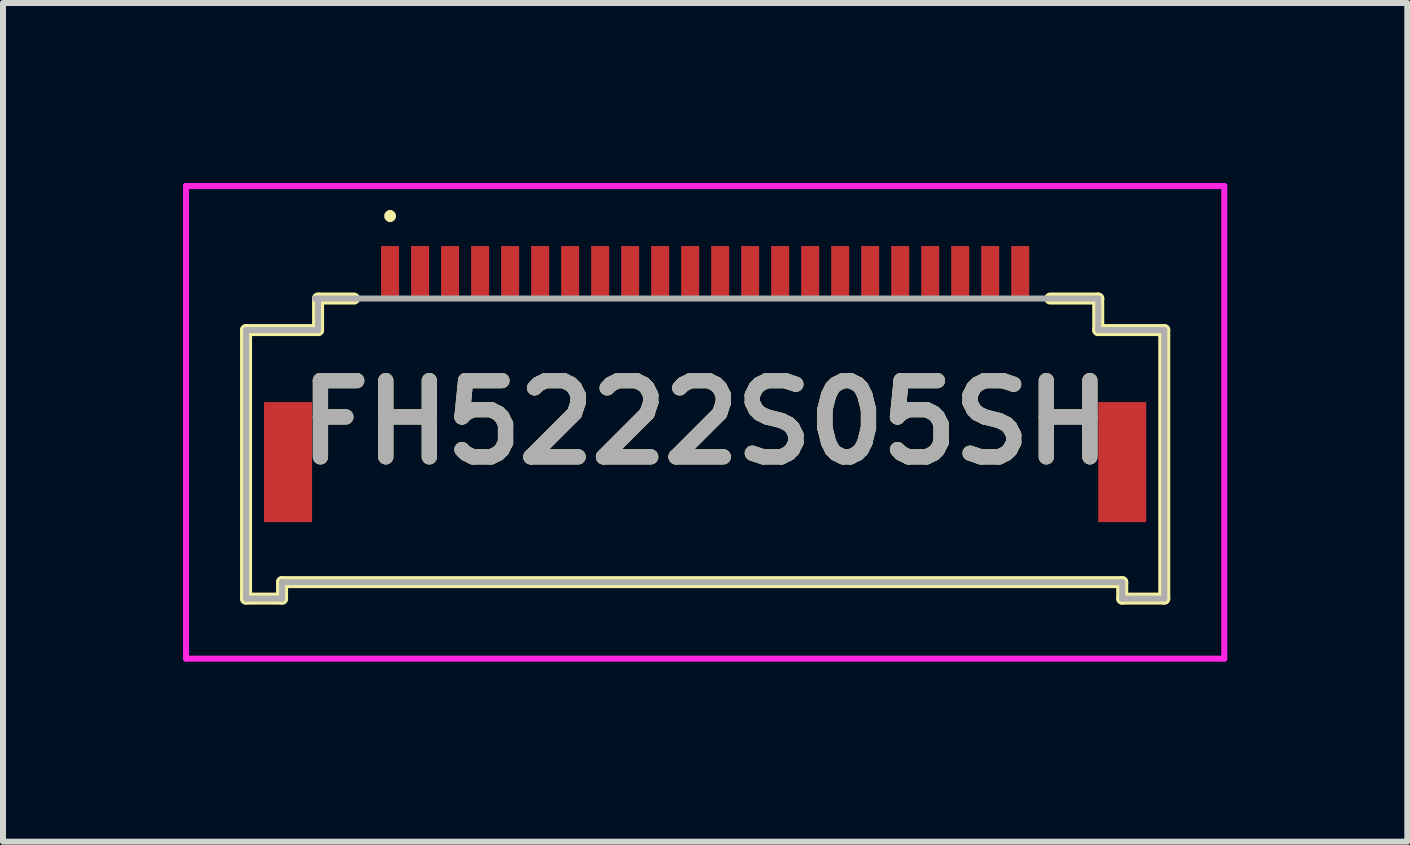
<source format=kicad_pcb>
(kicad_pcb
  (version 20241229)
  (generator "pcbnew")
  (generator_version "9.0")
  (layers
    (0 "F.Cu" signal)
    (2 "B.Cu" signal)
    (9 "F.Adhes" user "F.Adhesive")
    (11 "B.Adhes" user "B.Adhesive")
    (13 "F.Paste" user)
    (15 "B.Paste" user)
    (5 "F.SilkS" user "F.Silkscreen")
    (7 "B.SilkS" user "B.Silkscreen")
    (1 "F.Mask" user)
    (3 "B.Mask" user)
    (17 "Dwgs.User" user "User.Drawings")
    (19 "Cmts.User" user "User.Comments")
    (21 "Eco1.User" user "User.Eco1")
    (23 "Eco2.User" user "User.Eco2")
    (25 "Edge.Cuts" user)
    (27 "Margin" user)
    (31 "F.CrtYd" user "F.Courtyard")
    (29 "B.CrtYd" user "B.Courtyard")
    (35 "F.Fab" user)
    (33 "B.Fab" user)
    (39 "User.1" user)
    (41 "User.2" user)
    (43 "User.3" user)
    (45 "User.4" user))
  (footprint "FH5222S05SH"
    (layer "F.Cu")
    (at 8.7 4.2)
    (property "Reference" "FH5222S05SH" (at 0 -0.212 0) (layer "F.SilkS") (effects (font (size 1.27 1.27) (thickness 0.254))))
    (attr smd)
    (fp_line (start -7.65 -1.75) (end -7.65 2.725) (stroke (width 0.2) (type solid)) (layer "F.SilkS"))
    (fp_line (start -7.65 2.725) (end -7.05 2.725) (stroke (width 0.2) (type solid)) (layer "F.SilkS"))
    (fp_line (start -7.05 2.45) (end 6.95 2.45) (stroke (width 0.2) (type solid)) (layer "F.SilkS"))
    (fp_line (start -7.05 2.725) (end -7.05 2.45) (stroke (width 0.2) (type solid)) (layer "F.SilkS"))
    (fp_line (start -6.45 -2.275) (end -6.45 -1.75) (stroke (width 0.2) (type solid)) (layer "F.SilkS"))
    (fp_line (start -6.45 -1.75) (end -7.65 -1.75) (stroke (width 0.2) (type solid)) (layer "F.SilkS"))
    (fp_line (start -5.85 -2.275) (end -6.45 -2.275) (stroke (width 0.2) (type solid)) (layer "F.SilkS"))
    (fp_line (start -5.25 -3.7) (end -5.25 -3.7) (stroke (width 0.1) (type solid)) (layer "F.SilkS"))
    (fp_line (start -5.25 -3.6) (end -5.25 -3.6) (stroke (width 0.1) (type solid)) (layer "F.SilkS"))
    (fp_line (start 6.55 -2.275) (end 5.75 -2.275) (stroke (width 0.2) (type solid)) (layer "F.SilkS"))
    (fp_line (start 6.55 -1.75) (end 6.55 -2.275) (stroke (width 0.2) (type solid)) (layer "F.SilkS"))
    (fp_line (start 6.95 2.45) (end 6.95 2.725) (stroke (width 0.2) (type solid)) (layer "F.SilkS"))
    (fp_line (start 6.95 2.725) (end 7.65 2.725) (stroke (width 0.2) (type solid)) (layer "F.SilkS"))
    (fp_line (start 7.65 -1.75) (end 6.55 -1.75) (stroke (width 0.2) (type solid)) (layer "F.SilkS"))
    (fp_line (start 7.65 2.725) (end 7.65 -1.75) (stroke (width 0.2) (type solid)) (layer "F.SilkS"))
    (fp_arc (start -5.25 -3.7) (mid -5.2 -3.65) (end -5.25 -3.6) (stroke (width 0.1) (type solid)) (layer "F.SilkS"))
    (fp_arc (start -5.25 -3.6) (mid -5.3 -3.65) (end -5.25 -3.7) (stroke (width 0.1) (type solid)) (layer "F.SilkS"))
    (fp_line (start -8.65 -4.15) (end 8.65 -4.15) (stroke (width 0.1) (type solid)) (layer "F.CrtYd"))
    (fp_line (start -8.65 3.725) (end -8.65 -4.15) (stroke (width 0.1) (type solid)) (layer "F.CrtYd"))
    (fp_line (start 8.65 -4.15) (end 8.65 3.725) (stroke (width 0.1) (type solid)) (layer "F.CrtYd"))
    (fp_line (start 8.65 3.725) (end -8.65 3.725) (stroke (width 0.1) (type solid)) (layer "F.CrtYd"))
    (fp_line (start -7.65 -1.75) (end -7.65 2.725) (stroke (width 0.1) (type solid)) (layer "F.Fab"))
    (fp_line (start -7.65 2.725) (end -7.05 2.725) (stroke (width 0.1) (type solid)) (layer "F.Fab"))
    (fp_line (start -7.05 2.45) (end 6.95 2.45) (stroke (width 0.1) (type solid)) (layer "F.Fab"))
    (fp_line (start -7.05 2.725) (end -7.05 2.45) (stroke (width 0.1) (type solid)) (layer "F.Fab"))
    (fp_line (start -6.45 -2.275) (end -6.45 -1.75) (stroke (width 0.1) (type solid)) (layer "F.Fab"))
    (fp_line (start -6.45 -1.75) (end -7.65 -1.75) (stroke (width 0.1) (type solid)) (layer "F.Fab"))
    (fp_line (start 6.55 -2.275) (end -6.5 -2.275) (stroke (width 0.1) (type solid)) (layer "F.Fab"))
    (fp_line (start 6.55 -1.75) (end 6.55 -2.275) (stroke (width 0.1) (type solid)) (layer "F.Fab"))
    (fp_line (start 6.95 2.45) (end 6.95 2.725) (stroke (width 0.1) (type solid)) (layer "F.Fab"))
    (fp_line (start 6.95 2.725) (end 7.65 2.725) (stroke (width 0.1) (type solid)) (layer "F.Fab"))
    (fp_line (start 7.65 -1.75) (end 6.55 -1.75) (stroke (width 0.1) (type solid)) (layer "F.Fab"))
    (fp_line (start 7.65 2.725) (end 7.65 -1.75) (stroke (width 0.1) (type solid)) (layer "F.Fab"))
    (fp_text user "${REFERENCE}" (at 0 -0.212 0) (layer "F.Fab") (effects (font (size 1.27 1.27) (thickness 0.254))))
    (pad "1" smd rect (at -5.25 -2.725) (size 0.3 0.85) (layers "F.Cu" "F.Mask" "F.Paste"))
    (pad "2" smd rect (at -4.75 -2.725) (size 0.3 0.85) (layers "F.Cu" "F.Mask" "F.Paste"))
    (pad "3" smd rect (at -4.25 -2.725) (size 0.3 0.85) (layers "F.Cu" "F.Mask" "F.Paste"))
    (pad "4" smd rect (at -3.75 -2.725) (size 0.3 0.85) (layers "F.Cu" "F.Mask" "F.Paste"))
    (pad "5" smd rect (at -3.25 -2.725) (size 0.3 0.85) (layers "F.Cu" "F.Mask" "F.Paste"))
    (pad "6" smd rect (at -2.75 -2.725) (size 0.3 0.85) (layers "F.Cu" "F.Mask" "F.Paste"))
    (pad "7" smd rect (at -2.25 -2.725) (size 0.3 0.85) (layers "F.Cu" "F.Mask" "F.Paste"))
    (pad "8" smd rect (at -1.75 -2.725) (size 0.3 0.85) (layers "F.Cu" "F.Mask" "F.Paste"))
    (pad "9" smd rect (at -1.25 -2.725) (size 0.3 0.85) (layers "F.Cu" "F.Mask" "F.Paste"))
    (pad "10" smd rect (at -0.75 -2.725) (size 0.3 0.85) (layers "F.Cu" "F.Mask" "F.Paste"))
    (pad "11" smd rect (at -0.25 -2.725) (size 0.3 0.85) (layers "F.Cu" "F.Mask" "F.Paste"))
    (pad "12" smd rect (at 0.25 -2.725) (size 0.3 0.85) (layers "F.Cu" "F.Mask" "F.Paste"))
    (pad "13" smd rect (at 0.75 -2.725) (size 0.3 0.85) (layers "F.Cu" "F.Mask" "F.Paste"))
    (pad "14" smd rect (at 1.25 -2.725) (size 0.3 0.85) (layers "F.Cu" "F.Mask" "F.Paste"))
    (pad "15" smd rect (at 1.75 -2.725) (size 0.3 0.85) (layers "F.Cu" "F.Mask" "F.Paste"))
    (pad "16" smd rect (at 2.25 -2.725) (size 0.3 0.85) (layers "F.Cu" "F.Mask" "F.Paste"))
    (pad "17" smd rect (at 2.75 -2.725) (size 0.3 0.85) (layers "F.Cu" "F.Mask" "F.Paste"))
    (pad "18" smd rect (at 3.25 -2.725) (size 0.3 0.85) (layers "F.Cu" "F.Mask" "F.Paste"))
    (pad "19" smd rect (at 3.75 -2.725) (size 0.3 0.85) (layers "F.Cu" "F.Mask" "F.Paste"))
    (pad "20" smd rect (at 4.25 -2.725) (size 0.3 0.85) (layers "F.Cu" "F.Mask" "F.Paste"))
    (pad "21" smd rect (at 4.75 -2.725) (size 0.3 0.85) (layers "F.Cu" "F.Mask" "F.Paste"))
    (pad "22" smd rect (at 5.25 -2.725) (size 0.3 0.85) (layers "F.Cu" "F.Mask" "F.Paste"))
    (pad "MP1" smd rect (at -6.95 0.45) (size 0.8 2) (layers "F.Cu" "F.Mask" "F.Paste"))
    (pad "MP2" smd rect (at 6.95 0.45) (size 0.8 2) (layers "F.Cu" "F.Mask" "F.Paste")))
  (gr_rect
    (start -3 -3)
    (end 20.4 10.975)
    (stroke (width 0.1) (type default))
    (fill no)
    (layer "Edge.Cuts")))
</source>
